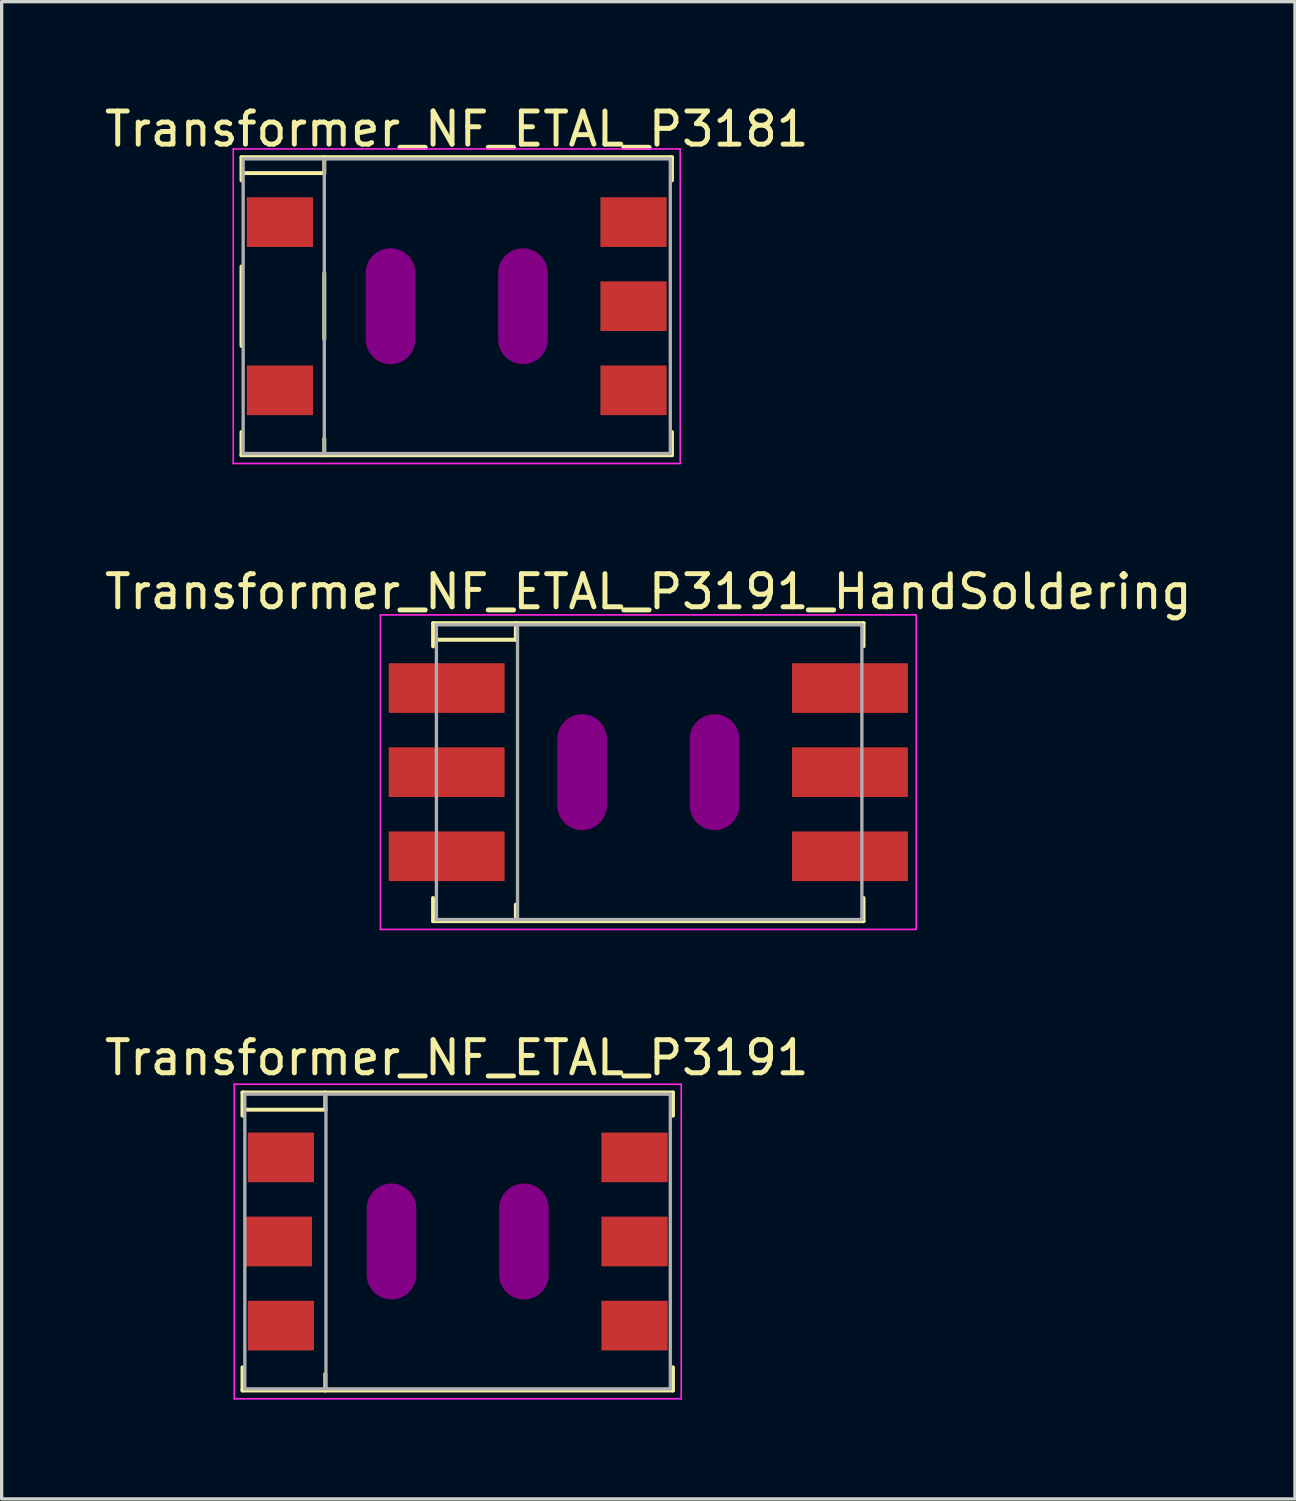
<source format=kicad_pcb>
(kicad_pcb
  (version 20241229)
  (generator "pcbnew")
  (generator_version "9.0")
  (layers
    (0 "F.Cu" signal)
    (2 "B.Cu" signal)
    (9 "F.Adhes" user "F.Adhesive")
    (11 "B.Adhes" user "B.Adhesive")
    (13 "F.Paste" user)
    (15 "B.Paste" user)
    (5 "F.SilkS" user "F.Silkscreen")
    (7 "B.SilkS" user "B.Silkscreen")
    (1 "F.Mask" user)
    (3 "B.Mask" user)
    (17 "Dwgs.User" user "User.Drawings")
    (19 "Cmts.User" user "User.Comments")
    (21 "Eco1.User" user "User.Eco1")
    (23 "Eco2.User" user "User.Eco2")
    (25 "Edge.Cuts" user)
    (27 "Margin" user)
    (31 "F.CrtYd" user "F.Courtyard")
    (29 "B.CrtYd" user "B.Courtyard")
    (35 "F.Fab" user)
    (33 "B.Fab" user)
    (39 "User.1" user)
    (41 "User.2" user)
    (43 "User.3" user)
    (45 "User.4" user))
  (footprint "Transformer_NF_ETAL_P3181"
    (layer "F.Cu")
    (at 10.744 6.198)
    (property "Reference" "Transformer_NF_ETAL_P3181" (at 0 -5.35 0) (layer "F.SilkS") (effects (font (size 1 1) (thickness 0.15))))
    (attr smd)
    (fp_line (start -6.5 -4.5) (end -6.5 -3.8) (stroke (width 0.12) (type solid)) (layer "F.SilkS"))
    (fp_line (start -6.5 -1.2) (end -6.5 1.2) (stroke (width 0.12) (type solid)) (layer "F.SilkS"))
    (fp_line (start -6.5 3.8) (end -6.5 4.5) (stroke (width 0.12) (type solid)) (layer "F.SilkS"))
    (fp_line (start -6.5 4.5) (end 6.5 4.5) (stroke (width 0.12) (type solid)) (layer "F.SilkS"))
    (fp_line (start -4.02 -4.02) (end -6.46 -4.02) (stroke (width 0.12) (type solid)) (layer "F.SilkS"))
    (fp_line (start -4 -4.5) (end -4 -4) (stroke (width 0.12) (type solid)) (layer "F.SilkS"))
    (fp_line (start -4 -1) (end -4 1) (stroke (width 0.12) (type solid)) (layer "F.SilkS"))
    (fp_line (start -4 4.5) (end -4 4) (stroke (width 0.12) (type solid)) (layer "F.SilkS"))
    (fp_line (start 6.5 -4.5) (end -6.5 -4.5) (stroke (width 0.12) (type solid)) (layer "F.SilkS"))
    (fp_line (start 6.5 -4.5) (end 6.5 -3.8) (stroke (width 0.12) (type solid)) (layer "F.SilkS"))
    (fp_line (start 6.5 3.8) (end 6.5 4.5) (stroke (width 0.12) (type solid)) (layer "F.SilkS"))
    (fp_line (start -6.75 -4.75) (end -6.75 4.75) (stroke (width 0.05) (type solid)) (layer "F.CrtYd"))
    (fp_line (start -6.75 -4.75) (end 6.75 -4.75) (stroke (width 0.05) (type solid)) (layer "F.CrtYd"))
    (fp_line (start 6.75 4.75) (end -6.75 4.75) (stroke (width 0.05) (type solid)) (layer "F.CrtYd"))
    (fp_line (start 6.75 4.75) (end 6.75 -4.75) (stroke (width 0.05) (type solid)) (layer "F.CrtYd"))
    (fp_line (start -6.45 -4.45) (end -6.45 4.45) (stroke (width 0.1) (type solid)) (layer "F.Fab"))
    (fp_line (start -6.45 4.45) (end 6.45 4.45) (stroke (width 0.1) (type solid)) (layer "F.Fab"))
    (fp_line (start -4 -4.45) (end -4 4.45) (stroke (width 0.1) (type solid)) (layer "F.Fab"))
    (fp_line (start 6.45 -4.45) (end -6.45 -4.45) (stroke (width 0.1) (type solid)) (layer "F.Fab"))
    (fp_line (start 6.45 4.45) (end 6.45 -4.45) (stroke (width 0.1) (type solid)) (layer "F.Fab"))
    (pad "" smd oval (at -2 0 90) (size 3.5 1.5) (layers "F.Adhes"))
    (pad "" smd oval (at 2 0 90) (size 3.5 1.5) (layers "F.Adhes"))
    (pad "1" smd rect (at -5.34 -2.54) (size 2 1.5) (layers "F.Cu" "F.Mask" "F.Paste"))
    (pad "2" smd rect (at -5.34 2.54) (size 2 1.5) (layers "F.Cu" "F.Mask" "F.Paste"))
    (pad "3" smd rect (at 5.34 2.54) (size 2 1.5) (layers "F.Cu" "F.Mask" "F.Paste"))
    (pad "4" smd rect (at 5.34 0) (size 2 1.5) (layers "F.Cu" "F.Mask" "F.Paste"))
    (pad "5" smd rect (at 5.34 -2.54) (size 2 1.5) (layers "F.Cu" "F.Mask" "F.Paste")))
  (footprint "Transformer_NF_ETAL_P3191"
    (layer "F.Cu")
    (at 10.744 34.445)
    (property "Reference" "Transformer_NF_ETAL_P3191" (at 0 -5.55 0) (layer "F.SilkS") (effects (font (size 1 1) (thickness 0.15))))
    (attr smd)
    (fp_line (start -6.47 -4.5) (end -6.47 -3.8) (stroke (width 0.12) (type solid)) (layer "F.SilkS"))
    (fp_line (start -6.47 3.8) (end -6.47 4.5) (stroke (width 0.12) (type solid)) (layer "F.SilkS"))
    (fp_line (start -6.47 4.5) (end 6.53 4.5) (stroke (width 0.12) (type solid)) (layer "F.SilkS"))
    (fp_line (start -3.97 -4.5) (end -3.97 -4) (stroke (width 0.12) (type solid)) (layer "F.SilkS"))
    (fp_line (start -3.97 4.5) (end -3.97 4) (stroke (width 0.12) (type solid)) (layer "F.SilkS"))
    (fp_line (start -3.96 -3.98) (end -6.39 -3.98) (stroke (width 0.12) (type solid)) (layer "F.SilkS"))
    (fp_line (start 6.53 -4.5) (end -6.47 -4.5) (stroke (width 0.12) (type solid)) (layer "F.SilkS"))
    (fp_line (start 6.53 -4.5) (end 6.53 -3.8) (stroke (width 0.12) (type solid)) (layer "F.SilkS"))
    (fp_line (start 6.53 3.8) (end 6.53 4.5) (stroke (width 0.12) (type solid)) (layer "F.SilkS"))
    (fp_line (start -6.72 -4.75) (end -6.72 4.75) (stroke (width 0.05) (type solid)) (layer "F.CrtYd"))
    (fp_line (start -6.72 -4.75) (end 6.78 -4.75) (stroke (width 0.05) (type solid)) (layer "F.CrtYd"))
    (fp_line (start 6.78 4.75) (end -6.72 4.75) (stroke (width 0.05) (type solid)) (layer "F.CrtYd"))
    (fp_line (start 6.78 4.75) (end 6.78 -4.75) (stroke (width 0.05) (type solid)) (layer "F.CrtYd"))
    (fp_line (start -6.4 -4.45) (end -6.4 4.45) (stroke (width 0.1) (type solid)) (layer "F.Fab"))
    (fp_line (start -6.4 4.45) (end 6.45 4.45) (stroke (width 0.1) (type solid)) (layer "F.Fab"))
    (fp_line (start -3.95 -4.45) (end -3.95 4.45) (stroke (width 0.1) (type solid)) (layer "F.Fab"))
    (fp_line (start 6.45 -4.45) (end -6.4 -4.45) (stroke (width 0.1) (type solid)) (layer "F.Fab"))
    (fp_line (start 6.45 4.45) (end 6.45 -4.45) (stroke (width 0.1) (type solid)) (layer "F.Fab"))
    (pad "" smd oval (at -1.97 0 90) (size 3.5 1.5) (layers "F.Adhes"))
    (pad "" smd oval (at 2.03 0 90) (size 3.5 1.5) (layers "F.Adhes"))
    (pad "1" smd rect (at -5.31 -2.54) (size 2 1.5) (layers "F.Cu" "F.Mask" "F.Paste"))
    (pad "2" smd rect (at -5.37 0) (size 2 1.5) (layers "F.Cu" "F.Mask" "F.Paste"))
    (pad "2" smd rect (at -5.31 2.54) (size 2 1.5) (layers "F.Cu" "F.Mask" "F.Paste"))
    (pad "3" smd rect (at 5.37 2.54) (size 2 1.5) (layers "F.Cu" "F.Mask" "F.Paste"))
    (pad "4" smd rect (at 5.37 0) (size 2 1.5) (layers "F.Cu" "F.Mask" "F.Paste"))
    (pad "5" smd rect (at 5.37 -2.54) (size 2 1.5) (layers "F.Cu" "F.Mask" "F.Paste")))
  (footprint "Transformer_NF_ETAL_P3191_HandSoldering"
    (layer "F.Cu")
    (at 16.53 20.271)
    (property "Reference" "Transformer_NF_ETAL_P3191_HandSoldering" (at 0 -5.45 0) (layer "F.SilkS") (effects (font (size 1 1) (thickness 0.15))))
    (attr smd)
    (fp_line (start -6.5 -4.5) (end -6.5 -3.8) (stroke (width 0.12) (type solid)) (layer "F.SilkS"))
    (fp_line (start -6.5 3.8) (end -6.5 4.5) (stroke (width 0.12) (type solid)) (layer "F.SilkS"))
    (fp_line (start -6.5 4.5) (end 6.5 4.5) (stroke (width 0.12) (type solid)) (layer "F.SilkS"))
    (fp_line (start -4 -4.5) (end -4 -4) (stroke (width 0.12) (type solid)) (layer "F.SilkS"))
    (fp_line (start -4 -4) (end -6.42 -4) (stroke (width 0.12) (type solid)) (layer "F.SilkS"))
    (fp_line (start -4 4.5) (end -4 4) (stroke (width 0.12) (type solid)) (layer "F.SilkS"))
    (fp_line (start 6.5 -4.5) (end -6.5 -4.5) (stroke (width 0.12) (type solid)) (layer "F.SilkS"))
    (fp_line (start 6.5 -4.5) (end 6.5 -3.8) (stroke (width 0.12) (type solid)) (layer "F.SilkS"))
    (fp_line (start 6.5 3.8) (end 6.5 4.5) (stroke (width 0.12) (type solid)) (layer "F.SilkS"))
    (fp_line (start -8.09 -4.75) (end -8.09 4.75) (stroke (width 0.05) (type solid)) (layer "F.CrtYd"))
    (fp_line (start -8.09 -4.75) (end 8.09 -4.75) (stroke (width 0.05) (type solid)) (layer "F.CrtYd"))
    (fp_line (start 8.09 4.75) (end -8.09 4.75) (stroke (width 0.05) (type solid)) (layer "F.CrtYd"))
    (fp_line (start 8.09 4.75) (end 8.09 -4.75) (stroke (width 0.05) (type solid)) (layer "F.CrtYd"))
    (fp_line (start -6.4 -4.45) (end -6.4 4.45) (stroke (width 0.1) (type solid)) (layer "F.Fab"))
    (fp_line (start -6.4 4.45) (end 6.45 4.45) (stroke (width 0.1) (type solid)) (layer "F.Fab"))
    (fp_line (start -3.95 -4.45) (end -3.95 4.45) (stroke (width 0.1) (type solid)) (layer "F.Fab"))
    (fp_line (start 6.45 -4.45) (end -6.4 -4.45) (stroke (width 0.1) (type solid)) (layer "F.Fab"))
    (fp_line (start 6.45 4.45) (end 6.45 -4.45) (stroke (width 0.1) (type solid)) (layer "F.Fab"))
    (pad "" smd oval (at -2 0 90) (size 3.5 1.5) (layers "F.Adhes"))
    (pad "" smd oval (at 2 0 90) (size 3.5 1.5) (layers "F.Adhes"))
    (pad "1" smd rect (at -6.09 -2.54) (size 3.5 1.5) (layers "F.Cu" "F.Mask" "F.Paste"))
    (pad "2" smd rect (at -6.09 0) (size 3.5 1.5) (layers "F.Cu" "F.Mask" "F.Paste"))
    (pad "2" smd rect (at -6.09 2.54) (size 3.5 1.5) (layers "F.Cu" "F.Mask" "F.Paste"))
    (pad "3" smd rect (at 6.09 2.54) (size 3.5 1.5) (layers "F.Cu" "F.Mask" "F.Paste"))
    (pad "4" smd rect (at 6.09 0) (size 3.5 1.5) (layers "F.Cu" "F.Mask" "F.Paste"))
    (pad "5" smd rect (at 6.09 -2.54) (size 3.5 1.5) (layers "F.Cu" "F.Mask" "F.Paste")))
  (gr_rect
    (start -3 -3)
    (end 36.06 42.22)
    (stroke (width 0.1) (type default))
    (fill no)
    (layer "Edge.Cuts")))
</source>
